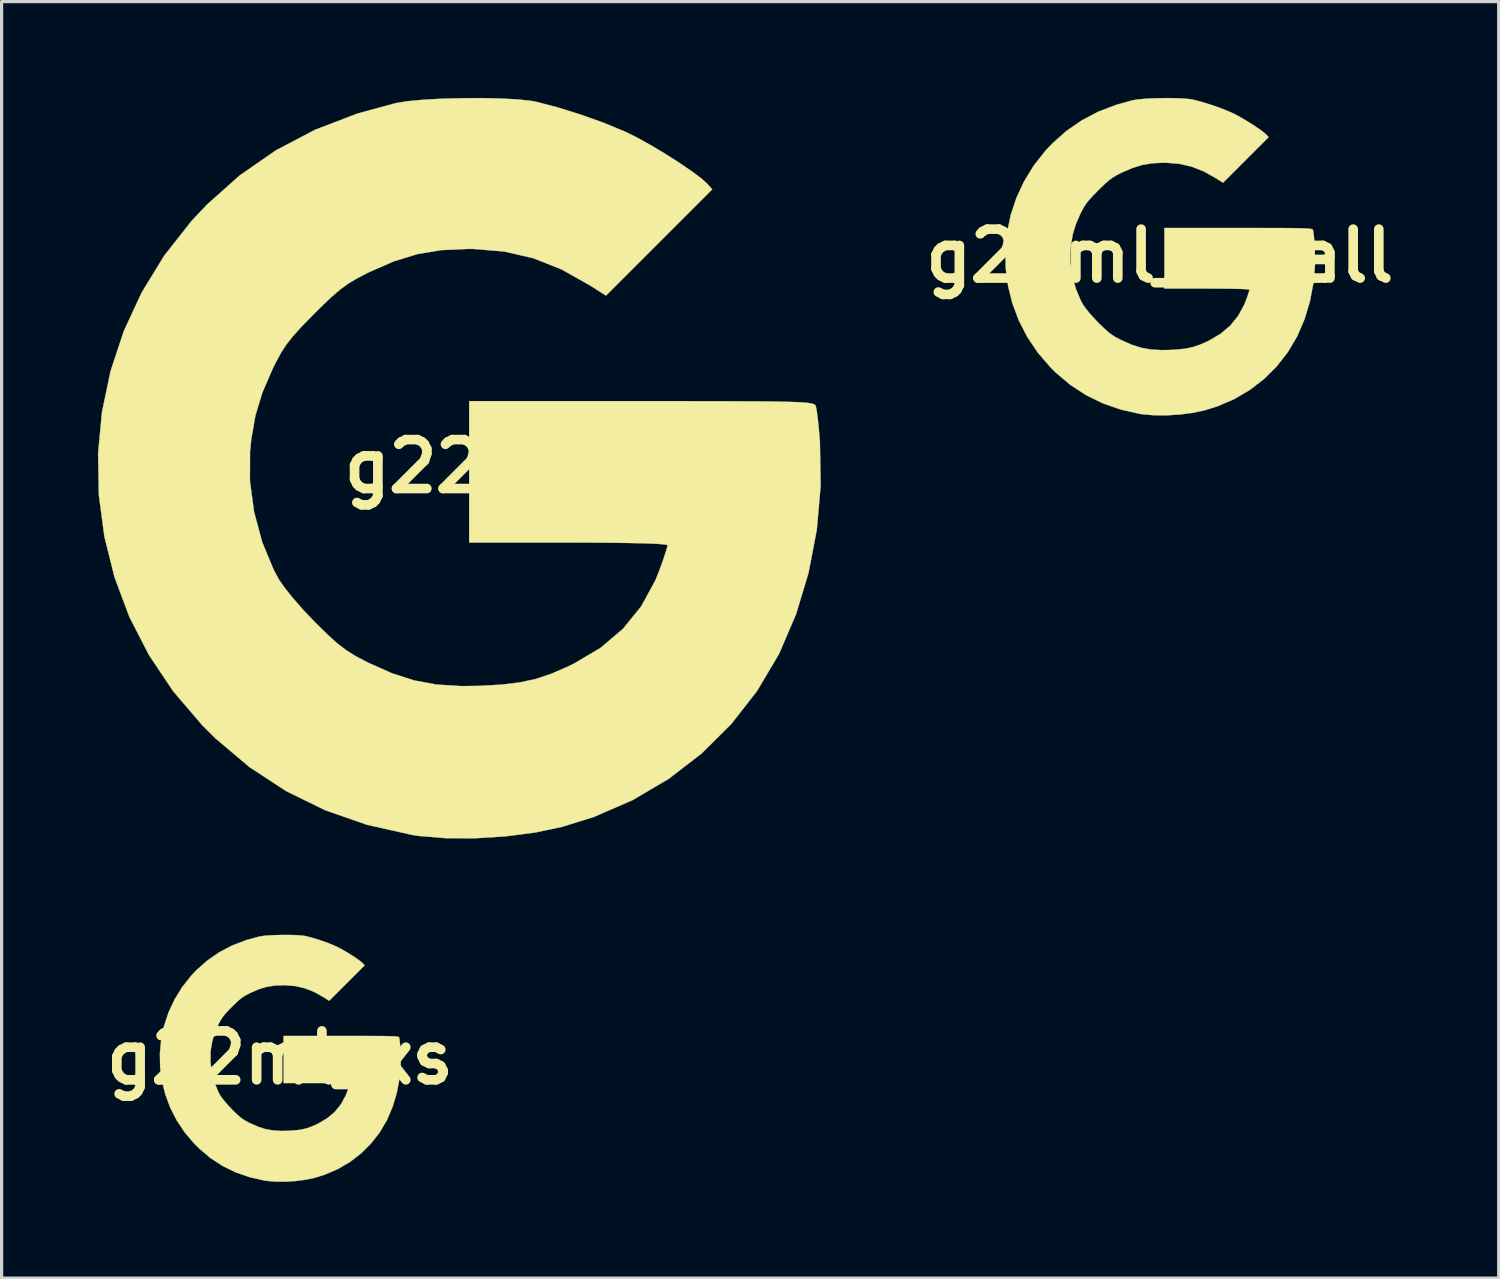
<source format=kicad_pcb>
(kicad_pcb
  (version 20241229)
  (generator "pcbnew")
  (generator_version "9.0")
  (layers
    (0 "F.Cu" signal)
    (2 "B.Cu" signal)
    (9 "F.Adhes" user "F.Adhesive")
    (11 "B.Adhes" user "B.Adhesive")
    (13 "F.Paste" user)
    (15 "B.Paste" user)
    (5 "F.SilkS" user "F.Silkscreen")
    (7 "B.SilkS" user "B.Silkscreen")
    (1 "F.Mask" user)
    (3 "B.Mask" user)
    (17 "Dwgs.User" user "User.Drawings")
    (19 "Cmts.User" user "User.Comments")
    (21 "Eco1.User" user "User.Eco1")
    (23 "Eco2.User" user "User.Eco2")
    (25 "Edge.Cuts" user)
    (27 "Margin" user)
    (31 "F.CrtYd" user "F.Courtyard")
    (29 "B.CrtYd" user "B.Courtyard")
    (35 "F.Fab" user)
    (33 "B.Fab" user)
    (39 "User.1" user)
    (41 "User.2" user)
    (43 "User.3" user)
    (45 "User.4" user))
  (footprint "g22ml_xs"
    (layer "F.Cu")
    (at 5.668 29.887)
    (property "Reference" "g22ml_xs" (at 0 0 0) (layer "F.SilkS") (effects (font (size 1.524 1.524) (thickness 0.3))))
    (attr through_hole)
    (fp_poly (pts (xy 0.442 -3.819) (xy 0.617 -3.809) (xy 0.754 -3.795) (xy 0.804 -3.786) (xy 1.026 -3.728) (xy 1.27 -3.652) (xy 1.512 -3.566) (xy 1.725 -3.477) (xy 1.748 -3.467) (xy 1.87 -3.406) (xy 2.011 -3.327) (xy 2.159 -3.238) (xy 2.301 -3.147) (xy 2.428 -3.061) (xy 2.526 -2.986) (xy 2.581 -2.937) (xy 2.636 -2.876) (xy 2.084 -2.324) (xy 1.533 -1.773) (xy 1.37 -1.877) (xy 1.073 -2.044) (xy 0.78 -2.161) (xy 0.478 -2.231) (xy 0.155 -2.257) (xy 0.099 -2.258) (xy -0.175 -2.245) (xy -0.423 -2.204) (xy -0.666 -2.13) (xy -0.924 -2.017) (xy -0.931 -2.014) (xy -1.046 -1.955) (xy -1.14 -1.899) (xy -1.228 -1.835) (xy -1.322 -1.754) (xy -1.434 -1.646) (xy -1.498 -1.583) (xy -1.621 -1.457) (xy -1.713 -1.356) (xy -1.783 -1.268) (xy -1.841 -1.178) (xy -1.896 -1.076) (xy -1.926 -1.016) (xy -2.033 -0.767) (xy -2.106 -0.529) (xy -2.15 -0.276) (xy -2.162 -0.155) (xy -2.163 0.153) (xy -2.12 0.472) (xy -2.036 0.784) (xy -1.917 1.072) (xy -1.861 1.176) (xy -1.803 1.259) (xy -1.716 1.367) (xy -1.611 1.488) (xy -1.498 1.607) (xy -1.482 1.624) (xy -1.357 1.746) (xy -1.256 1.838) (xy -1.164 1.908) (xy -1.068 1.968) (xy -0.953 2.029) (xy -0.931 2.039) (xy -0.687 2.148) (xy -0.457 2.222) (xy -0.223 2.265) (xy 0.034 2.281) (xy 0.226 2.278) (xy 0.452 2.265) (xy 0.638 2.243) (xy 0.803 2.207) (xy 0.963 2.154) (xy 1.135 2.079) (xy 1.199 2.048) (xy 1.477 1.883) (xy 1.71 1.685) (xy 1.899 1.452) (xy 2.046 1.182) (xy 2.091 1.069) (xy 2.129 0.963) (xy 2.157 0.877) (xy 2.172 0.825) (xy 2.173 0.818) (xy 2.145 0.81) (xy 2.064 0.804) (xy 1.931 0.798) (xy 1.751 0.794) (xy 1.524 0.792) (xy 1.255 0.79) (xy 1.143 0.79) (xy 0.113 0.79) (xy 0.113 -0.677) (xy 1.902 -0.677) (xy 2.265 -0.677) (xy 2.575 -0.677) (xy 2.837 -0.676) (xy 3.055 -0.675) (xy 3.233 -0.674) (xy 3.375 -0.671) (xy 3.486 -0.668) (xy 3.568 -0.664) (xy 3.628 -0.659) (xy 3.667 -0.653) (xy 3.692 -0.646) (xy 3.705 -0.637) (xy 3.711 -0.628) (xy 3.72 -0.581) (xy 3.732 -0.491) (xy 3.744 -0.372) (xy 3.754 -0.254) (xy 3.761 0.2) (xy 3.722 0.657) (xy 3.636 1.105) (xy 3.506 1.534) (xy 3.335 1.934) (xy 3.323 1.958) (xy 3.1 2.334) (xy 2.833 2.675) (xy 2.527 2.979) (xy 2.185 3.243) (xy 1.81 3.464) (xy 1.405 3.639) (xy 1.078 3.741) (xy 0.798 3.8) (xy 0.491 3.84) (xy 0.176 3.86) (xy -0.129 3.859) (xy -0.406 3.836) (xy -0.48 3.825) (xy -0.946 3.72) (xy -1.382 3.569) (xy -1.788 3.37) (xy -2.167 3.122) (xy -2.519 2.824) (xy -2.66 2.684) (xy -2.96 2.333) (xy -3.211 1.957) (xy -3.414 1.561) (xy -3.568 1.15) (xy -3.674 0.728) (xy -3.731 0.298) (xy -3.739 -0.134) (xy -3.698 -0.565) (xy -3.609 -0.99) (xy -3.472 -1.404) (xy -3.286 -1.805) (xy -3.052 -2.187) (xy -2.77 -2.547) (xy -2.609 -2.718) (xy -2.267 -3.022) (xy -1.894 -3.28) (xy -1.488 -3.494) (xy -1.047 -3.663) (xy -0.648 -3.771) (xy -0.527 -3.791) (xy -0.364 -3.806) (xy -0.172 -3.816) (xy 0.035 -3.822) (xy 0.244 -3.823) (xy 0.442 -3.819)) (stroke (width 0.01) (type solid)) (fill yes) (layer "F.SilkS")))
  (footprint "g22mI"
    (layer "F.Cu")
    (at 11.221 11.474)
    (property "Reference" "g22mI" (at 0 0 0) (layer "F.SilkS") (effects (font (size 1.524 1.524) (thickness 0.3))))
    (attr through_hole)
    (fp_poly (pts (xy 1.326 -11.456) (xy 1.85 -11.428) (xy 2.263 -11.384) (xy 2.413 -11.357) (xy 3.079 -11.184) (xy 3.811 -10.956) (xy 4.536 -10.697) (xy 5.176 -10.432) (xy 5.244 -10.401) (xy 5.611 -10.217) (xy 6.033 -9.98) (xy 6.476 -9.714) (xy 6.904 -9.441) (xy 7.283 -9.182) (xy 7.579 -8.96) (xy 7.743 -8.811) (xy 7.908 -8.628) (xy 6.253 -6.973) (xy 4.599 -5.319) (xy 4.109 -5.632) (xy 3.22 -6.133) (xy 2.341 -6.482) (xy 1.435 -6.692) (xy 0.466 -6.772) (xy 0.296 -6.773) (xy -0.525 -6.736) (xy -1.27 -6.612) (xy -1.998 -6.389) (xy -2.773 -6.052) (xy -2.794 -6.041) (xy -3.137 -5.865) (xy -3.421 -5.696) (xy -3.684 -5.505) (xy -3.965 -5.262) (xy -4.303 -4.938) (xy -4.493 -4.749) (xy -4.863 -4.371) (xy -5.139 -4.068) (xy -5.349 -3.803) (xy -5.522 -3.535) (xy -5.688 -3.227) (xy -5.777 -3.048) (xy -6.1 -2.301) (xy -6.317 -1.587) (xy -6.449 -0.829) (xy -6.485 -0.464) (xy -6.488 0.46) (xy -6.359 1.415) (xy -6.109 2.351) (xy -5.75 3.217) (xy -5.582 3.528) (xy -5.41 3.776) (xy -5.149 4.101) (xy -4.833 4.463) (xy -4.493 4.822) (xy -4.445 4.871) (xy -4.07 5.239) (xy -3.767 5.513) (xy -3.491 5.724) (xy -3.203 5.904) (xy -2.858 6.086) (xy -2.794 6.118) (xy -2.061 6.444) (xy -1.37 6.666) (xy -0.668 6.795) (xy 0.101 6.842) (xy 0.677 6.834) (xy 1.355 6.795) (xy 1.915 6.728) (xy 2.409 6.621) (xy 2.889 6.461) (xy 3.406 6.236) (xy 3.598 6.143) (xy 4.432 5.65) (xy 5.13 5.056) (xy 5.698 4.355) (xy 6.139 3.545) (xy 6.274 3.206) (xy 6.387 2.889) (xy 6.472 2.631) (xy 6.516 2.475) (xy 6.519 2.453) (xy 6.436 2.43) (xy 6.192 2.411) (xy 5.794 2.395) (xy 5.252 2.383) (xy 4.573 2.375) (xy 3.765 2.371) (xy 3.429 2.371) (xy 0.339 2.371) (xy 0.339 -2.032) (xy 5.706 -2.032) (xy 6.794 -2.032) (xy 7.725 -2.031) (xy 8.511 -2.029) (xy 9.165 -2.026) (xy 9.699 -2.021) (xy 10.126 -2.014) (xy 10.457 -2.005) (xy 10.705 -1.993) (xy 10.883 -1.978) (xy 11.002 -1.959) (xy 11.075 -1.937) (xy 11.115 -1.911) (xy 11.132 -1.884) (xy 11.161 -1.743) (xy 11.196 -1.474) (xy 11.232 -1.116) (xy 11.261 -0.762) (xy 11.284 0.601) (xy 11.165 1.97) (xy 10.907 3.314) (xy 10.519 4.601) (xy 10.005 5.801) (xy 9.968 5.874) (xy 9.299 7.001) (xy 8.499 8.024) (xy 7.581 8.936) (xy 6.554 9.728) (xy 5.429 10.391) (xy 4.216 10.918) (xy 3.233 11.224) (xy 2.394 11.401) (xy 1.474 11.52) (xy 0.529 11.58) (xy -0.387 11.577) (xy -1.219 11.508) (xy -1.439 11.475) (xy -2.839 11.161) (xy -4.146 10.706) (xy -5.364 10.109) (xy -6.5 9.365) (xy -7.557 8.473) (xy -7.979 8.053) (xy -8.88 6.998) (xy -9.634 5.871) (xy -10.243 4.684) (xy -10.705 3.45) (xy -11.021 2.183) (xy -11.192 0.895) (xy -11.216 -0.402) (xy -11.095 -1.694) (xy -10.828 -2.969) (xy -10.416 -4.213) (xy -9.859 -5.415) (xy -9.157 -6.562) (xy -8.309 -7.64) (xy -7.826 -8.153) (xy -6.802 -9.065) (xy -5.682 -9.841) (xy -4.463 -10.481) (xy -3.141 -10.988) (xy -1.945 -11.313) (xy -1.58 -11.372) (xy -1.091 -11.418) (xy -0.517 -11.449) (xy 0.104 -11.466) (xy 0.731 -11.469) (xy 1.326 -11.456)) (stroke (width 0.01) (type solid)) (fill yes) (layer "F.SilkS")))
  (footprint "g22ml_small"
    (layer "F.Cu")
    (at 33.065 4.92)
    (property "Reference" "g22ml_small" (at 0 0 0) (layer "F.SilkS") (effects (font (size 1.524 1.524) (thickness 0.3))))
    (attr through_hole)
    (fp_poly (pts (xy 0.568 -4.91) (xy 0.793 -4.898) (xy 0.97 -4.879) (xy 1.034 -4.867) (xy 1.319 -4.793) (xy 1.633 -4.695) (xy 1.944 -4.584) (xy 2.218 -4.471) (xy 2.248 -4.458) (xy 2.405 -4.379) (xy 2.586 -4.277) (xy 2.775 -4.163) (xy 2.959 -4.046) (xy 3.121 -3.935) (xy 3.248 -3.84) (xy 3.318 -3.776) (xy 3.389 -3.698) (xy 1.971 -2.28) (xy 1.761 -2.414) (xy 1.38 -2.628) (xy 1.003 -2.778) (xy 0.615 -2.868) (xy 0.2 -2.902) (xy 0.127 -2.903) (xy -0.225 -2.887) (xy -0.544 -2.834) (xy -0.856 -2.738) (xy -1.188 -2.594) (xy -1.197 -2.589) (xy -1.345 -2.514) (xy -1.466 -2.441) (xy -1.579 -2.359) (xy -1.699 -2.255) (xy -1.844 -2.116) (xy -1.925 -2.035) (xy -2.084 -1.873) (xy -2.202 -1.743) (xy -2.292 -1.63) (xy -2.367 -1.515) (xy -2.438 -1.383) (xy -2.476 -1.306) (xy -2.614 -0.986) (xy -2.707 -0.68) (xy -2.764 -0.355) (xy -2.779 -0.199) (xy -2.781 0.197) (xy -2.725 0.606) (xy -2.618 1.008) (xy -2.464 1.379) (xy -2.392 1.512) (xy -2.319 1.618) (xy -2.207 1.758) (xy -2.071 1.913) (xy -1.926 2.067) (xy -1.905 2.088) (xy -1.744 2.245) (xy -1.614 2.363) (xy -1.496 2.453) (xy -1.373 2.53) (xy -1.225 2.608) (xy -1.197 2.622) (xy -0.883 2.762) (xy -0.587 2.857) (xy -0.286 2.912) (xy 0.043 2.932) (xy 0.29 2.929) (xy 0.581 2.912) (xy 0.821 2.884) (xy 1.032 2.838) (xy 1.238 2.769) (xy 1.46 2.673) (xy 1.542 2.633) (xy 1.899 2.422) (xy 2.199 2.167) (xy 2.442 1.867) (xy 2.631 1.519) (xy 2.689 1.374) (xy 2.737 1.238) (xy 2.774 1.128) (xy 2.793 1.061) (xy 2.794 1.051) (xy 2.758 1.042) (xy 2.654 1.033) (xy 2.483 1.026) (xy 2.251 1.021) (xy 1.96 1.018) (xy 1.614 1.016) (xy 1.47 1.016) (xy 0.145 1.016) (xy 0.145 -0.871) (xy 2.445 -0.871) (xy 2.912 -0.871) (xy 3.311 -0.87) (xy 3.648 -0.87) (xy 3.928 -0.868) (xy 4.157 -0.866) (xy 4.34 -0.863) (xy 4.482 -0.859) (xy 4.588 -0.854) (xy 4.664 -0.848) (xy 4.715 -0.84) (xy 4.746 -0.83) (xy 4.763 -0.819) (xy 4.771 -0.807) (xy 4.783 -0.747) (xy 4.798 -0.632) (xy 4.814 -0.478) (xy 4.826 -0.327) (xy 4.836 0.258) (xy 4.785 0.844) (xy 4.675 1.42) (xy 4.508 1.972) (xy 4.288 2.486) (xy 4.272 2.517) (xy 3.985 3) (xy 3.643 3.439) (xy 3.249 3.83) (xy 2.809 4.169) (xy 2.327 4.453) (xy 1.807 4.679) (xy 1.386 4.81) (xy 1.026 4.886) (xy 0.632 4.937) (xy 0.227 4.963) (xy -0.166 4.962) (xy -0.523 4.932) (xy -0.617 4.918) (xy -1.217 4.783) (xy -1.777 4.588) (xy -2.299 4.332) (xy -2.786 4.014) (xy -3.239 3.631) (xy -3.419 3.451) (xy -3.806 2.999) (xy -4.129 2.516) (xy -4.39 2.007) (xy -4.588 1.479) (xy -4.723 0.936) (xy -4.796 0.383) (xy -4.807 -0.172) (xy -4.755 -0.726) (xy -4.641 -1.272) (xy -4.464 -1.806) (xy -4.225 -2.321) (xy -3.924 -2.812) (xy -3.561 -3.274) (xy -3.354 -3.494) (xy -2.915 -3.885) (xy -2.435 -4.217) (xy -1.913 -4.492) (xy -1.346 -4.709) (xy -0.834 -4.849) (xy -0.677 -4.874) (xy -0.467 -4.893) (xy -0.221 -4.907) (xy 0.044 -4.914) (xy 0.313 -4.915) (xy 0.568 -4.91)) (stroke (width 0.01) (type solid)) (fill yes) (layer "F.SilkS")))
  (gr_rect
    (start -3 -3)
    (end 43.62 36.752)
    (stroke (width 0.1) (type default))
    (fill no)
    (layer "Edge.Cuts")))
</source>
